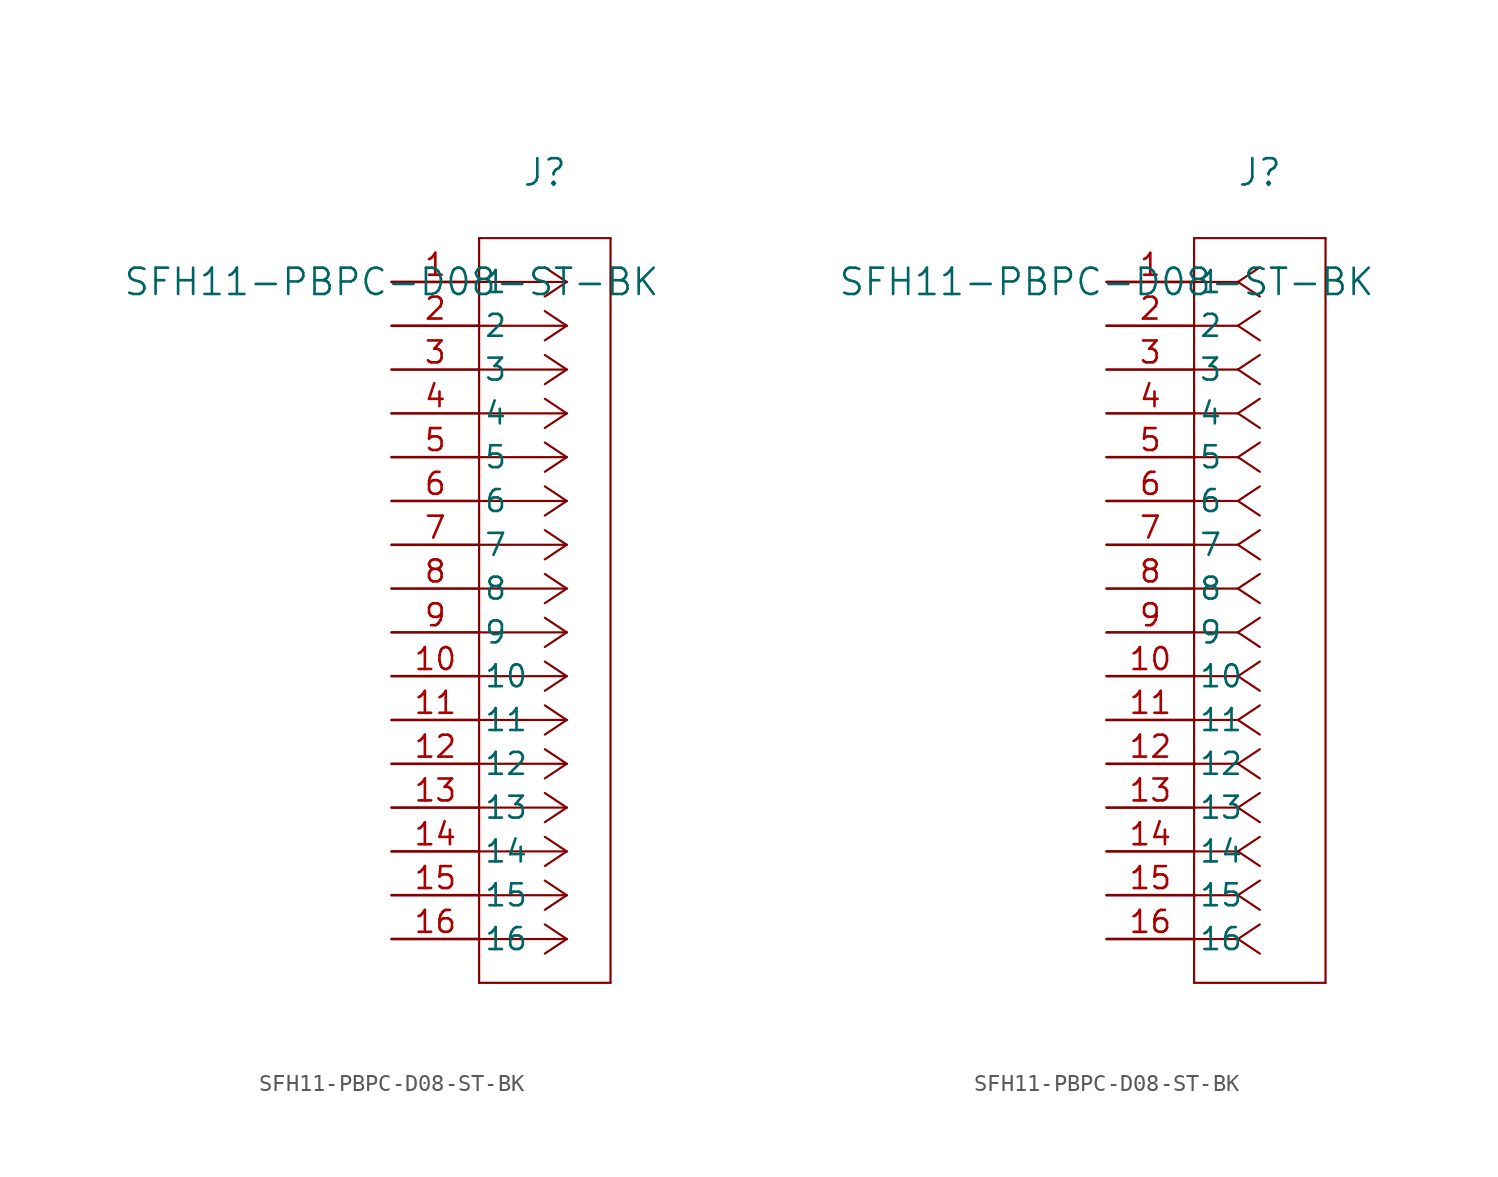
<source format=kicad_sym>
(kicad_symbol_lib
  (version 20211014)
  (generator kicad_symbol_editor)
  (symbol "SFH11-PBPC-D08-ST-BK"
    (pin_names
      (offset 0.254))
    (property "Reference" "J"
      (at 8.89 6.35 0)
      (effects (font (size 1.524 1.524))))
    (property "Value" "SFH11-PBPC-D08-ST-BK"
      (at 0 0 0)
      (effects (font (size 1.524 1.524))))
    (symbol "SFH11-PBPC-D08-ST-BK_1_1"
      (polyline (pts (xy 10.16 0) (xy 5.08 0)) (stroke (width 0.127) (type default) (color 0 0 0 0)) (fill (type none)))
      (polyline (pts (xy 10.16 -2.54) (xy 5.08 -2.54)) (stroke (width 0.127) (type default) (color 0 0 0 0)) (fill (type none)))
      (polyline (pts (xy 10.16 -5.08) (xy 5.08 -5.08)) (stroke (width 0.127) (type default) (color 0 0 0 0)) (fill (type none)))
      (polyline (pts (xy 10.16 -7.62) (xy 5.08 -7.62)) (stroke (width 0.127) (type default) (color 0 0 0 0)) (fill (type none)))
      (polyline (pts (xy 10.16 -10.16) (xy 5.08 -10.16)) (stroke (width 0.127) (type default) (color 0 0 0 0)) (fill (type none)))
      (polyline (pts (xy 10.16 -12.7) (xy 5.08 -12.7)) (stroke (width 0.127) (type default) (color 0 0 0 0)) (fill (type none)))
      (polyline (pts (xy 10.16 -15.24) (xy 5.08 -15.24)) (stroke (width 0.127) (type default) (color 0 0 0 0)) (fill (type none)))
      (polyline (pts (xy 10.16 -17.78) (xy 5.08 -17.78)) (stroke (width 0.127) (type default) (color 0 0 0 0)) (fill (type none)))
      (polyline (pts (xy 10.16 -20.32) (xy 5.08 -20.32)) (stroke (width 0.127) (type default) (color 0 0 0 0)) (fill (type none)))
      (polyline (pts (xy 10.16 -22.86) (xy 5.08 -22.86)) (stroke (width 0.127) (type default) (color 0 0 0 0)) (fill (type none)))
      (polyline (pts (xy 10.16 -25.4) (xy 5.08 -25.4)) (stroke (width 0.127) (type default) (color 0 0 0 0)) (fill (type none)))
      (polyline (pts (xy 10.16 -27.94) (xy 5.08 -27.94)) (stroke (width 0.127) (type default) (color 0 0 0 0)) (fill (type none)))
      (polyline (pts (xy 10.16 -30.48) (xy 5.08 -30.48)) (stroke (width 0.127) (type default) (color 0 0 0 0)) (fill (type none)))
      (polyline (pts (xy 10.16 -33.02) (xy 5.08 -33.02)) (stroke (width 0.127) (type default) (color 0 0 0 0)) (fill (type none)))
      (polyline (pts (xy 10.16 -35.56) (xy 5.08 -35.56)) (stroke (width 0.127) (type default) (color 0 0 0 0)) (fill (type none)))
      (polyline (pts (xy 10.16 -38.1) (xy 5.08 -38.1)) (stroke (width 0.127) (type default) (color 0 0 0 0)) (fill (type none)))
      (polyline (pts (xy 10.16 0) (xy 8.89 0.847)) (stroke (width 0.127) (type default) (color 0 0 0 0)) (fill (type none)))
      (polyline (pts (xy 10.16 -2.54) (xy 8.89 -1.693)) (stroke (width 0.127) (type default) (color 0 0 0 0)) (fill (type none)))
      (polyline (pts (xy 10.16 -5.08) (xy 8.89 -4.233)) (stroke (width 0.127) (type default) (color 0 0 0 0)) (fill (type none)))
      (polyline (pts (xy 10.16 -7.62) (xy 8.89 -6.773)) (stroke (width 0.127) (type default) (color 0 0 0 0)) (fill (type none)))
      (polyline (pts (xy 10.16 -10.16) (xy 8.89 -9.313)) (stroke (width 0.127) (type default) (color 0 0 0 0)) (fill (type none)))
      (polyline (pts (xy 10.16 -12.7) (xy 8.89 -11.853)) (stroke (width 0.127) (type default) (color 0 0 0 0)) (fill (type none)))
      (polyline (pts (xy 10.16 -15.24) (xy 8.89 -14.393)) (stroke (width 0.127) (type default) (color 0 0 0 0)) (fill (type none)))
      (polyline (pts (xy 10.16 -17.78) (xy 8.89 -16.933)) (stroke (width 0.127) (type default) (color 0 0 0 0)) (fill (type none)))
      (polyline (pts (xy 10.16 -20.32) (xy 8.89 -19.473)) (stroke (width 0.127) (type default) (color 0 0 0 0)) (fill (type none)))
      (polyline (pts (xy 10.16 -22.86) (xy 8.89 -22.013)) (stroke (width 0.127) (type default) (color 0 0 0 0)) (fill (type none)))
      (polyline (pts (xy 10.16 -25.4) (xy 8.89 -24.553)) (stroke (width 0.127) (type default) (color 0 0 0 0)) (fill (type none)))
      (polyline (pts (xy 10.16 -27.94) (xy 8.89 -27.093)) (stroke (width 0.127) (type default) (color 0 0 0 0)) (fill (type none)))
      (polyline (pts (xy 10.16 -30.48) (xy 8.89 -29.633)) (stroke (width 0.127) (type default) (color 0 0 0 0)) (fill (type none)))
      (polyline (pts (xy 10.16 -33.02) (xy 8.89 -32.173)) (stroke (width 0.127) (type default) (color 0 0 0 0)) (fill (type none)))
      (polyline (pts (xy 10.16 -35.56) (xy 8.89 -34.713)) (stroke (width 0.127) (type default) (color 0 0 0 0)) (fill (type none)))
      (polyline (pts (xy 10.16 -38.1) (xy 8.89 -37.253)) (stroke (width 0.127) (type default) (color 0 0 0 0)) (fill (type none)))
      (polyline (pts (xy 10.16 0) (xy 8.89 -0.847)) (stroke (width 0.127) (type default) (color 0 0 0 0)) (fill (type none)))
      (polyline (pts (xy 10.16 -2.54) (xy 8.89 -3.387)) (stroke (width 0.127) (type default) (color 0 0 0 0)) (fill (type none)))
      (polyline (pts (xy 10.16 -5.08) (xy 8.89 -5.927)) (stroke (width 0.127) (type default) (color 0 0 0 0)) (fill (type none)))
      (polyline (pts (xy 10.16 -7.62) (xy 8.89 -8.467)) (stroke (width 0.127) (type default) (color 0 0 0 0)) (fill (type none)))
      (polyline (pts (xy 10.16 -10.16) (xy 8.89 -11.007)) (stroke (width 0.127) (type default) (color 0 0 0 0)) (fill (type none)))
      (polyline (pts (xy 10.16 -12.7) (xy 8.89 -13.547)) (stroke (width 0.127) (type default) (color 0 0 0 0)) (fill (type none)))
      (polyline (pts (xy 10.16 -15.24) (xy 8.89 -16.087)) (stroke (width 0.127) (type default) (color 0 0 0 0)) (fill (type none)))
      (polyline (pts (xy 10.16 -17.78) (xy 8.89 -18.627)) (stroke (width 0.127) (type default) (color 0 0 0 0)) (fill (type none)))
      (polyline (pts (xy 10.16 -20.32) (xy 8.89 -21.167)) (stroke (width 0.127) (type default) (color 0 0 0 0)) (fill (type none)))
      (polyline (pts (xy 10.16 -22.86) (xy 8.89 -23.707)) (stroke (width 0.127) (type default) (color 0 0 0 0)) (fill (type none)))
      (polyline (pts (xy 10.16 -25.4) (xy 8.89 -26.247)) (stroke (width 0.127) (type default) (color 0 0 0 0)) (fill (type none)))
      (polyline (pts (xy 10.16 -27.94) (xy 8.89 -28.787)) (stroke (width 0.127) (type default) (color 0 0 0 0)) (fill (type none)))
      (polyline (pts (xy 10.16 -30.48) (xy 8.89 -31.327)) (stroke (width 0.127) (type default) (color 0 0 0 0)) (fill (type none)))
      (polyline (pts (xy 10.16 -33.02) (xy 8.89 -33.867)) (stroke (width 0.127) (type default) (color 0 0 0 0)) (fill (type none)))
      (polyline (pts (xy 10.16 -35.56) (xy 8.89 -36.407)) (stroke (width 0.127) (type default) (color 0 0 0 0)) (fill (type none)))
      (polyline (pts (xy 10.16 -38.1) (xy 8.89 -38.947)) (stroke (width 0.127) (type default) (color 0 0 0 0)) (fill (type none)))
      (polyline (pts (xy 5.08 2.54) (xy 5.08 -40.64)) (stroke (width 0.127) (type default) (color 0 0 0 0)) (fill (type none)))
      (polyline (pts (xy 5.08 -40.64) (xy 12.7 -40.64)) (stroke (width 0.127) (type default) (color 0 0 0 0)) (fill (type none)))
      (polyline (pts (xy 12.7 -40.64) (xy 12.7 2.54)) (stroke (width 0.127) (type default) (color 0 0 0 0)) (fill (type none)))
      (polyline (pts (xy 12.7 2.54) (xy 5.08 2.54)) (stroke (width 0.127) (type default) (color 0 0 0 0)) (fill (type none)))
      (pin unspecified line (at 0 0 0) (length 5.08) (name "1" (effects (font (size 1.27 1.27)))) (number "1" (effects (font (size 1.27 1.27)))))
      (pin unspecified line (at 0 -2.54 0) (length 5.08) (name "2" (effects (font (size 1.27 1.27)))) (number "2" (effects (font (size 1.27 1.27)))))
      (pin unspecified line (at 0 -5.08 0) (length 5.08) (name "3" (effects (font (size 1.27 1.27)))) (number "3" (effects (font (size 1.27 1.27)))))
      (pin unspecified line (at 0 -7.62 0) (length 5.08) (name "4" (effects (font (size 1.27 1.27)))) (number "4" (effects (font (size 1.27 1.27)))))
      (pin unspecified line (at 0 -10.16 0) (length 5.08) (name "5" (effects (font (size 1.27 1.27)))) (number "5" (effects (font (size 1.27 1.27)))))
      (pin unspecified line (at 0 -12.7 0) (length 5.08) (name "6" (effects (font (size 1.27 1.27)))) (number "6" (effects (font (size 1.27 1.27)))))
      (pin unspecified line (at 0 -15.24 0) (length 5.08) (name "7" (effects (font (size 1.27 1.27)))) (number "7" (effects (font (size 1.27 1.27)))))
      (pin unspecified line (at 0 -17.78 0) (length 5.08) (name "8" (effects (font (size 1.27 1.27)))) (number "8" (effects (font (size 1.27 1.27)))))
      (pin unspecified line (at 0 -20.32 0) (length 5.08) (name "9" (effects (font (size 1.27 1.27)))) (number "9" (effects (font (size 1.27 1.27)))))
      (pin unspecified line (at 0 -22.86 0) (length 5.08) (name "10" (effects (font (size 1.27 1.27)))) (number "10" (effects (font (size 1.27 1.27)))))
      (pin unspecified line (at 0 -25.4 0) (length 5.08) (name "11" (effects (font (size 1.27 1.27)))) (number "11" (effects (font (size 1.27 1.27)))))
      (pin unspecified line (at 0 -27.94 0) (length 5.08) (name "12" (effects (font (size 1.27 1.27)))) (number "12" (effects (font (size 1.27 1.27)))))
      (pin unspecified line (at 0 -30.48 0) (length 5.08) (name "13" (effects (font (size 1.27 1.27)))) (number "13" (effects (font (size 1.27 1.27)))))
      (pin unspecified line (at 0 -33.02 0) (length 5.08) (name "14" (effects (font (size 1.27 1.27)))) (number "14" (effects (font (size 1.27 1.27)))))
      (pin unspecified line (at 0 -35.56 0) (length 5.08) (name "15" (effects (font (size 1.27 1.27)))) (number "15" (effects (font (size 1.27 1.27)))))
      (pin unspecified line (at 0 -38.1 0) (length 5.08) (name "16" (effects (font (size 1.27 1.27)))) (number "16" (effects (font (size 1.27 1.27))))))
    (symbol "SFH11-PBPC-D08-ST-BK_1_2"
      (polyline (pts (xy 7.62 0) (xy 5.08 0)) (stroke (width 0.127) (type default) (color 0 0 0 0)) (fill (type none)))
      (polyline (pts (xy 7.62 -2.54) (xy 5.08 -2.54)) (stroke (width 0.127) (type default) (color 0 0 0 0)) (fill (type none)))
      (polyline (pts (xy 7.62 -5.08) (xy 5.08 -5.08)) (stroke (width 0.127) (type default) (color 0 0 0 0)) (fill (type none)))
      (polyline (pts (xy 7.62 -7.62) (xy 5.08 -7.62)) (stroke (width 0.127) (type default) (color 0 0 0 0)) (fill (type none)))
      (polyline (pts (xy 7.62 -10.16) (xy 5.08 -10.16)) (stroke (width 0.127) (type default) (color 0 0 0 0)) (fill (type none)))
      (polyline (pts (xy 7.62 -12.7) (xy 5.08 -12.7)) (stroke (width 0.127) (type default) (color 0 0 0 0)) (fill (type none)))
      (polyline (pts (xy 7.62 -15.24) (xy 5.08 -15.24)) (stroke (width 0.127) (type default) (color 0 0 0 0)) (fill (type none)))
      (polyline (pts (xy 7.62 -17.78) (xy 5.08 -17.78)) (stroke (width 0.127) (type default) (color 0 0 0 0)) (fill (type none)))
      (polyline (pts (xy 7.62 -20.32) (xy 5.08 -20.32)) (stroke (width 0.127) (type default) (color 0 0 0 0)) (fill (type none)))
      (polyline (pts (xy 7.62 -22.86) (xy 5.08 -22.86)) (stroke (width 0.127) (type default) (color 0 0 0 0)) (fill (type none)))
      (polyline (pts (xy 7.62 -25.4) (xy 5.08 -25.4)) (stroke (width 0.127) (type default) (color 0 0 0 0)) (fill (type none)))
      (polyline (pts (xy 7.62 -27.94) (xy 5.08 -27.94)) (stroke (width 0.127) (type default) (color 0 0 0 0)) (fill (type none)))
      (polyline (pts (xy 7.62 -30.48) (xy 5.08 -30.48)) (stroke (width 0.127) (type default) (color 0 0 0 0)) (fill (type none)))
      (polyline (pts (xy 7.62 -33.02) (xy 5.08 -33.02)) (stroke (width 0.127) (type default) (color 0 0 0 0)) (fill (type none)))
      (polyline (pts (xy 7.62 -35.56) (xy 5.08 -35.56)) (stroke (width 0.127) (type default) (color 0 0 0 0)) (fill (type none)))
      (polyline (pts (xy 7.62 -38.1) (xy 5.08 -38.1)) (stroke (width 0.127) (type default) (color 0 0 0 0)) (fill (type none)))
      (polyline (pts (xy 7.62 0) (xy 8.89 0.847)) (stroke (width 0.127) (type default) (color 0 0 0 0)) (fill (type none)))
      (polyline (pts (xy 7.62 -2.54) (xy 8.89 -1.693)) (stroke (width 0.127) (type default) (color 0 0 0 0)) (fill (type none)))
      (polyline (pts (xy 7.62 -5.08) (xy 8.89 -4.233)) (stroke (width 0.127) (type default) (color 0 0 0 0)) (fill (type none)))
      (polyline (pts (xy 7.62 -7.62) (xy 8.89 -6.773)) (stroke (width 0.127) (type default) (color 0 0 0 0)) (fill (type none)))
      (polyline (pts (xy 7.62 -10.16) (xy 8.89 -9.313)) (stroke (width 0.127) (type default) (color 0 0 0 0)) (fill (type none)))
      (polyline (pts (xy 7.62 -12.7) (xy 8.89 -11.853)) (stroke (width 0.127) (type default) (color 0 0 0 0)) (fill (type none)))
      (polyline (pts (xy 7.62 -15.24) (xy 8.89 -14.393)) (stroke (width 0.127) (type default) (color 0 0 0 0)) (fill (type none)))
      (polyline (pts (xy 7.62 -17.78) (xy 8.89 -16.933)) (stroke (width 0.127) (type default) (color 0 0 0 0)) (fill (type none)))
      (polyline (pts (xy 7.62 -20.32) (xy 8.89 -19.473)) (stroke (width 0.127) (type default) (color 0 0 0 0)) (fill (type none)))
      (polyline (pts (xy 7.62 -22.86) (xy 8.89 -22.013)) (stroke (width 0.127) (type default) (color 0 0 0 0)) (fill (type none)))
      (polyline (pts (xy 7.62 -25.4) (xy 8.89 -24.553)) (stroke (width 0.127) (type default) (color 0 0 0 0)) (fill (type none)))
      (polyline (pts (xy 7.62 -27.94) (xy 8.89 -27.093)) (stroke (width 0.127) (type default) (color 0 0 0 0)) (fill (type none)))
      (polyline (pts (xy 7.62 -30.48) (xy 8.89 -29.633)) (stroke (width 0.127) (type default) (color 0 0 0 0)) (fill (type none)))
      (polyline (pts (xy 7.62 -33.02) (xy 8.89 -32.173)) (stroke (width 0.127) (type default) (color 0 0 0 0)) (fill (type none)))
      (polyline (pts (xy 7.62 -35.56) (xy 8.89 -34.713)) (stroke (width 0.127) (type default) (color 0 0 0 0)) (fill (type none)))
      (polyline (pts (xy 7.62 -38.1) (xy 8.89 -37.253)) (stroke (width 0.127) (type default) (color 0 0 0 0)) (fill (type none)))
      (polyline (pts (xy 7.62 0) (xy 8.89 -0.847)) (stroke (width 0.127) (type default) (color 0 0 0 0)) (fill (type none)))
      (polyline (pts (xy 7.62 -2.54) (xy 8.89 -3.387)) (stroke (width 0.127) (type default) (color 0 0 0 0)) (fill (type none)))
      (polyline (pts (xy 7.62 -5.08) (xy 8.89 -5.927)) (stroke (width 0.127) (type default) (color 0 0 0 0)) (fill (type none)))
      (polyline (pts (xy 7.62 -7.62) (xy 8.89 -8.467)) (stroke (width 0.127) (type default) (color 0 0 0 0)) (fill (type none)))
      (polyline (pts (xy 7.62 -10.16) (xy 8.89 -11.007)) (stroke (width 0.127) (type default) (color 0 0 0 0)) (fill (type none)))
      (polyline (pts (xy 7.62 -12.7) (xy 8.89 -13.547)) (stroke (width 0.127) (type default) (color 0 0 0 0)) (fill (type none)))
      (polyline (pts (xy 7.62 -15.24) (xy 8.89 -16.087)) (stroke (width 0.127) (type default) (color 0 0 0 0)) (fill (type none)))
      (polyline (pts (xy 7.62 -17.78) (xy 8.89 -18.627)) (stroke (width 0.127) (type default) (color 0 0 0 0)) (fill (type none)))
      (polyline (pts (xy 7.62 -20.32) (xy 8.89 -21.167)) (stroke (width 0.127) (type default) (color 0 0 0 0)) (fill (type none)))
      (polyline (pts (xy 7.62 -22.86) (xy 8.89 -23.707)) (stroke (width 0.127) (type default) (color 0 0 0 0)) (fill (type none)))
      (polyline (pts (xy 7.62 -25.4) (xy 8.89 -26.247)) (stroke (width 0.127) (type default) (color 0 0 0 0)) (fill (type none)))
      (polyline (pts (xy 7.62 -27.94) (xy 8.89 -28.787)) (stroke (width 0.127) (type default) (color 0 0 0 0)) (fill (type none)))
      (polyline (pts (xy 7.62 -30.48) (xy 8.89 -31.327)) (stroke (width 0.127) (type default) (color 0 0 0 0)) (fill (type none)))
      (polyline (pts (xy 7.62 -33.02) (xy 8.89 -33.867)) (stroke (width 0.127) (type default) (color 0 0 0 0)) (fill (type none)))
      (polyline (pts (xy 7.62 -35.56) (xy 8.89 -36.407)) (stroke (width 0.127) (type default) (color 0 0 0 0)) (fill (type none)))
      (polyline (pts (xy 7.62 -38.1) (xy 8.89 -38.947)) (stroke (width 0.127) (type default) (color 0 0 0 0)) (fill (type none)))
      (polyline (pts (xy 5.08 2.54) (xy 5.08 -40.64)) (stroke (width 0.127) (type default) (color 0 0 0 0)) (fill (type none)))
      (polyline (pts (xy 5.08 -40.64) (xy 12.7 -40.64)) (stroke (width 0.127) (type default) (color 0 0 0 0)) (fill (type none)))
      (polyline (pts (xy 12.7 -40.64) (xy 12.7 2.54)) (stroke (width 0.127) (type default) (color 0 0 0 0)) (fill (type none)))
      (polyline (pts (xy 12.7 2.54) (xy 5.08 2.54)) (stroke (width 0.127) (type default) (color 0 0 0 0)) (fill (type none)))
      (pin unspecified line (at 0 0 0) (length 5.08) (name "1" (effects (font (size 1.27 1.27)))) (number "1" (effects (font (size 1.27 1.27)))))
      (pin unspecified line (at 0 -2.54 0) (length 5.08) (name "2" (effects (font (size 1.27 1.27)))) (number "2" (effects (font (size 1.27 1.27)))))
      (pin unspecified line (at 0 -5.08 0) (length 5.08) (name "3" (effects (font (size 1.27 1.27)))) (number "3" (effects (font (size 1.27 1.27)))))
      (pin unspecified line (at 0 -7.62 0) (length 5.08) (name "4" (effects (font (size 1.27 1.27)))) (number "4" (effects (font (size 1.27 1.27)))))
      (pin unspecified line (at 0 -10.16 0) (length 5.08) (name "5" (effects (font (size 1.27 1.27)))) (number "5" (effects (font (size 1.27 1.27)))))
      (pin unspecified line (at 0 -12.7 0) (length 5.08) (name "6" (effects (font (size 1.27 1.27)))) (number "6" (effects (font (size 1.27 1.27)))))
      (pin unspecified line (at 0 -15.24 0) (length 5.08) (name "7" (effects (font (size 1.27 1.27)))) (number "7" (effects (font (size 1.27 1.27)))))
      (pin unspecified line (at 0 -17.78 0) (length 5.08) (name "8" (effects (font (size 1.27 1.27)))) (number "8" (effects (font (size 1.27 1.27)))))
      (pin unspecified line (at 0 -20.32 0) (length 5.08) (name "9" (effects (font (size 1.27 1.27)))) (number "9" (effects (font (size 1.27 1.27)))))
      (pin unspecified line (at 0 -22.86 0) (length 5.08) (name "10" (effects (font (size 1.27 1.27)))) (number "10" (effects (font (size 1.27 1.27)))))
      (pin unspecified line (at 0 -25.4 0) (length 5.08) (name "11" (effects (font (size 1.27 1.27)))) (number "11" (effects (font (size 1.27 1.27)))))
      (pin unspecified line (at 0 -27.94 0) (length 5.08) (name "12" (effects (font (size 1.27 1.27)))) (number "12" (effects (font (size 1.27 1.27)))))
      (pin unspecified line (at 0 -30.48 0) (length 5.08) (name "13" (effects (font (size 1.27 1.27)))) (number "13" (effects (font (size 1.27 1.27)))))
      (pin unspecified line (at 0 -33.02 0) (length 5.08) (name "14" (effects (font (size 1.27 1.27)))) (number "14" (effects (font (size 1.27 1.27)))))
      (pin unspecified line (at 0 -35.56 0) (length 5.08) (name "15" (effects (font (size 1.27 1.27)))) (number "15" (effects (font (size 1.27 1.27)))))
      (pin unspecified line (at 0 -38.1 0) (length 5.08) (name "16" (effects (font (size 1.27 1.27)))) (number "16" (effects (font (size 1.27 1.27))))))))
</source>
